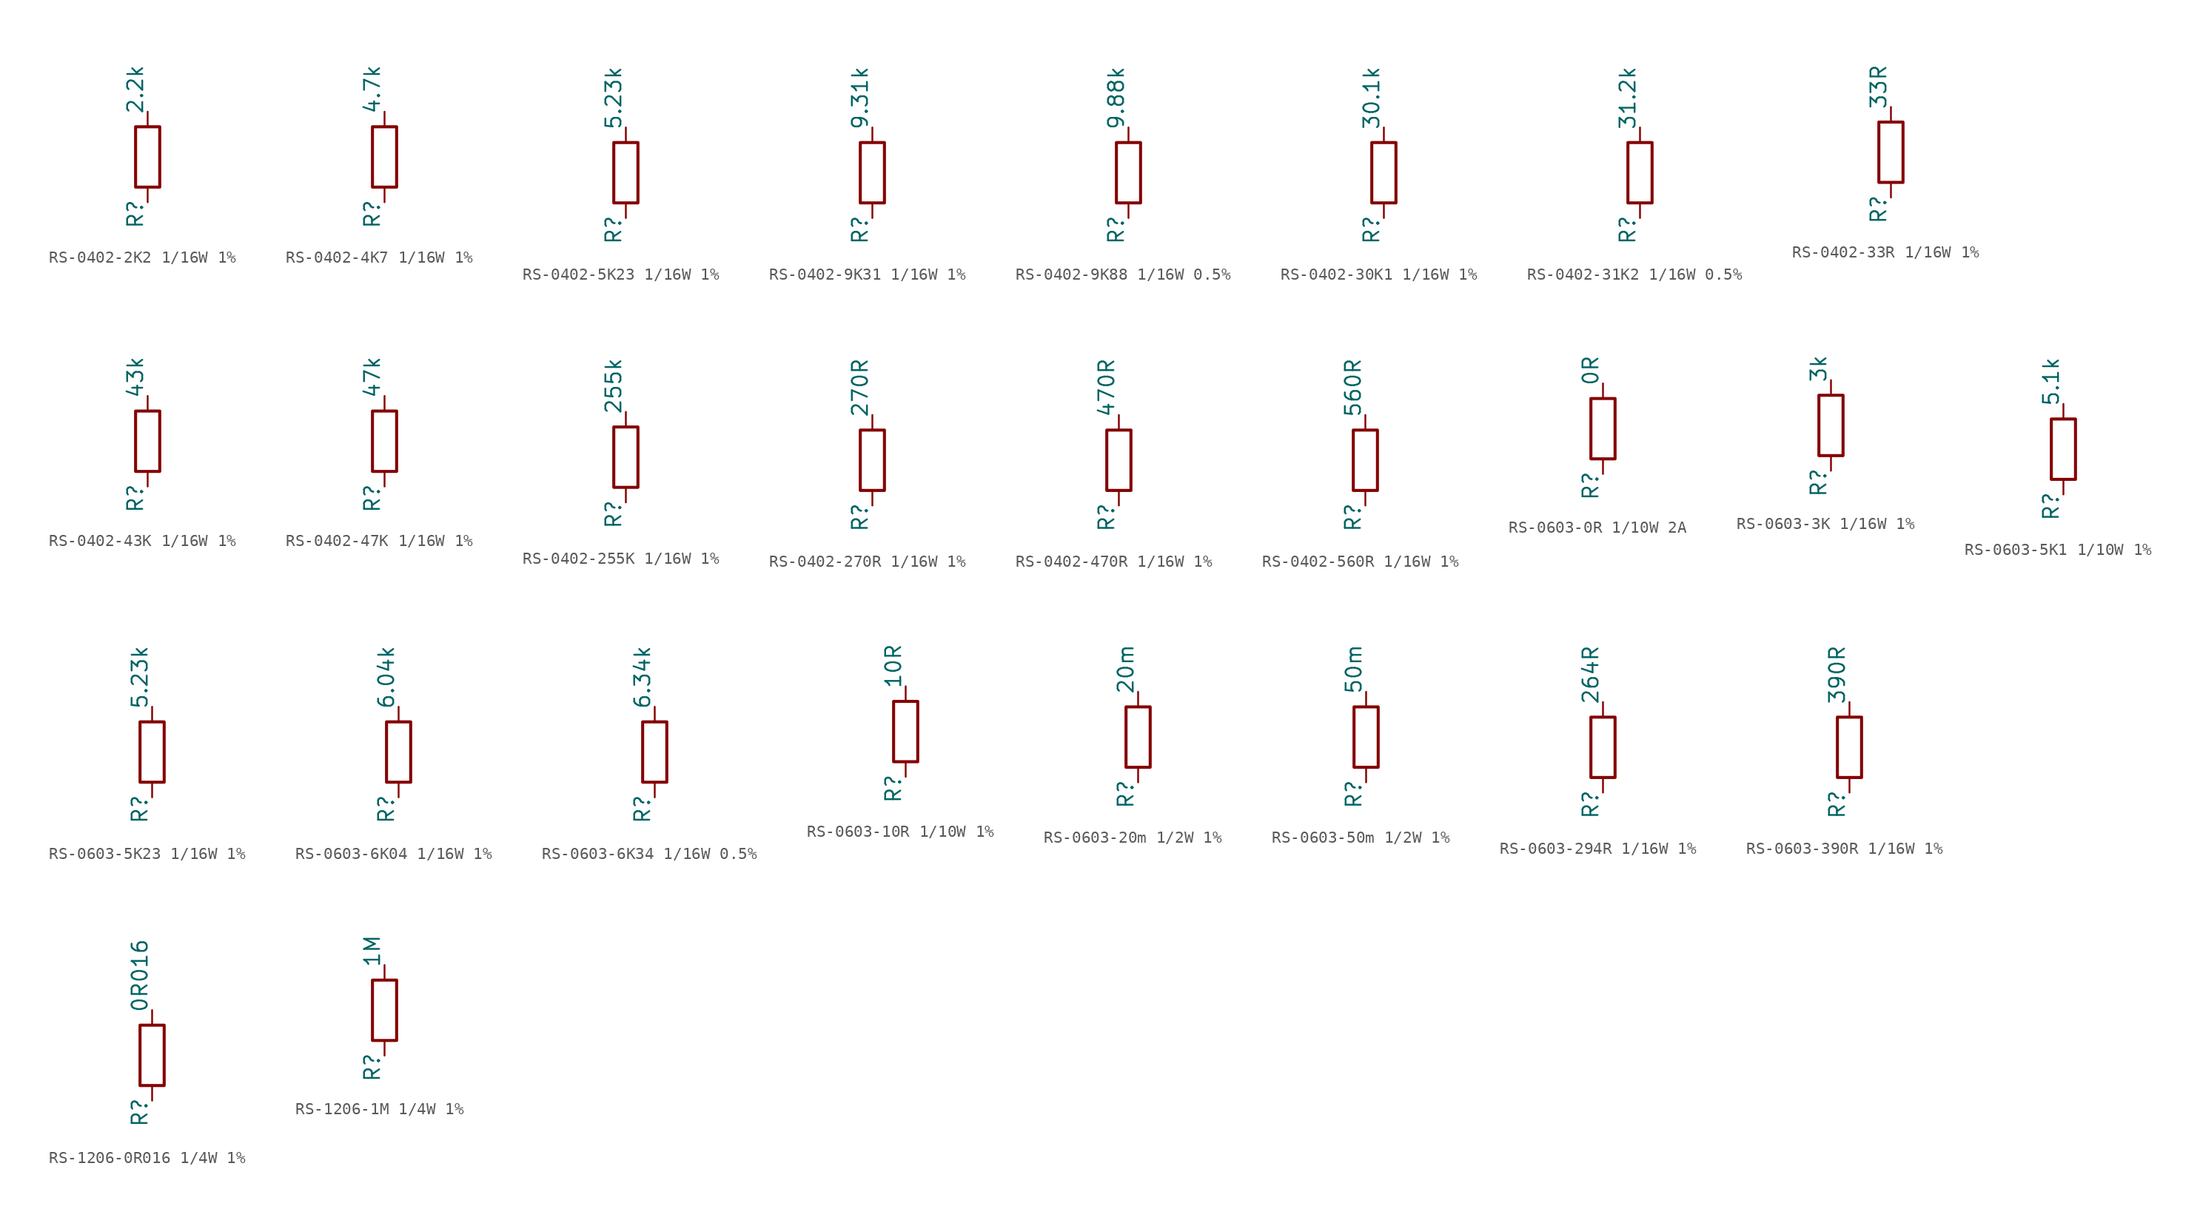
<source format=kicad_sym>
(kicad_symbol_lib
  (version 20241209)
  (generator "kicad_symbol_editor")
  (generator_version "9.0")
  (symbol "RS-0402-2K2 1/16W 1%"
    (pin_numbers
      (hide yes))
    (pin_names
      (hide yes))
    (property "Reference" "R"
      (at -1.778 -6.096 90)
      (effects (font (size 1.27 1.27)) (justify left top)))
    (property "Value" "2.2k"
      (at -1.778 3.556 90)
      (effects (font (size 1.27 1.27)) (justify left top)))
    (symbol "RS-0402-2K2 1/16W 1%_0_1"
      (rectangle (start -1.016 -2.54) (end 1.016 2.54) (stroke (width 0.254) (type default)) (fill (type none))))
    (symbol "RS-0402-2K2 1/16W 1%_1_1"
      (pin passive line (at 0 3.81 270) (length 1.27) (name "~" (effects (font (size 1.27 1.27)))) (number "1" (effects (font (size 1.27 1.27)))))
      (pin passive line (at 0 -3.81 90) (length 1.27) (name "~" (effects (font (size 1.27 1.27)))) (number "2" (effects (font (size 1.27 1.27)))))))
  (symbol "RS-0402-4K7 1/16W 1%"
    (pin_numbers
      (hide yes))
    (pin_names
      (hide yes))
    (property "Reference" "R"
      (at -1.778 -6.096 90)
      (effects (font (size 1.27 1.27)) (justify left top)))
    (property "Value" "4.7k"
      (at -1.778 3.556 90)
      (effects (font (size 1.27 1.27)) (justify left top)))
    (symbol "RS-0402-4K7 1/16W 1%_0_1"
      (rectangle (start -1.016 -2.54) (end 1.016 2.54) (stroke (width 0.254) (type default)) (fill (type none))))
    (symbol "RS-0402-4K7 1/16W 1%_1_1"
      (pin passive line (at 0 3.81 270) (length 1.27) (name "~" (effects (font (size 1.27 1.27)))) (number "1" (effects (font (size 1.27 1.27)))))
      (pin passive line (at 0 -3.81 90) (length 1.27) (name "~" (effects (font (size 1.27 1.27)))) (number "2" (effects (font (size 1.27 1.27)))))))
  (symbol "RS-0402-5K23 1/16W 1%"
    (pin_numbers
      (hide yes))
    (pin_names
      (hide yes))
    (property "Reference" "R"
      (at -1.778 -6.096 90)
      (effects (font (size 1.27 1.27)) (justify left top)))
    (property "Value" "5.23k"
      (at -1.778 3.556 90)
      (effects (font (size 1.27 1.27)) (justify left top)))
    (symbol "RS-0402-5K23 1/16W 1%_0_1"
      (rectangle (start -1.016 -2.54) (end 1.016 2.54) (stroke (width 0.254) (type default)) (fill (type none))))
    (symbol "RS-0402-5K23 1/16W 1%_1_1"
      (pin passive line (at 0 3.81 270) (length 1.27) (name "~" (effects (font (size 1.27 1.27)))) (number "1" (effects (font (size 1.27 1.27)))))
      (pin passive line (at 0 -3.81 90) (length 1.27) (name "~" (effects (font (size 1.27 1.27)))) (number "2" (effects (font (size 1.27 1.27)))))))
  (symbol "RS-0402-9K31 1/16W 1%"
    (pin_numbers
      (hide yes))
    (pin_names
      (hide yes))
    (property "Reference" "R"
      (at -1.778 -6.096 90)
      (effects (font (size 1.27 1.27)) (justify left top)))
    (property "Value" "9.31k"
      (at -1.778 3.556 90)
      (effects (font (size 1.27 1.27)) (justify left top)))
    (symbol "RS-0402-9K31 1/16W 1%_0_1"
      (rectangle (start -1.016 -2.54) (end 1.016 2.54) (stroke (width 0.254) (type default)) (fill (type none))))
    (symbol "RS-0402-9K31 1/16W 1%_1_1"
      (pin passive line (at 0 3.81 270) (length 1.27) (name "~" (effects (font (size 1.27 1.27)))) (number "1" (effects (font (size 1.27 1.27)))))
      (pin passive line (at 0 -3.81 90) (length 1.27) (name "~" (effects (font (size 1.27 1.27)))) (number "2" (effects (font (size 1.27 1.27)))))))
  (symbol "RS-0402-9K88 1/16W 0.5%"
    (pin_numbers
      (hide yes))
    (pin_names
      (hide yes))
    (property "Reference" "R"
      (at -1.778 -6.096 90)
      (effects (font (size 1.27 1.27)) (justify left top)))
    (property "Value" "9.88k"
      (at -1.778 3.556 90)
      (effects (font (size 1.27 1.27)) (justify left top)))
    (symbol "RS-0402-9K88 1/16W 0.5%_0_1"
      (rectangle (start -1.016 -2.54) (end 1.016 2.54) (stroke (width 0.254) (type default)) (fill (type none))))
    (symbol "RS-0402-9K88 1/16W 0.5%_1_1"
      (pin passive line (at 0 3.81 270) (length 1.27) (name "~" (effects (font (size 1.27 1.27)))) (number "1" (effects (font (size 1.27 1.27)))))
      (pin passive line (at 0 -3.81 90) (length 1.27) (name "~" (effects (font (size 1.27 1.27)))) (number "2" (effects (font (size 1.27 1.27)))))))
  (symbol "RS-0402-30K1 1/16W 1%"
    (pin_numbers
      (hide yes))
    (pin_names
      (hide yes))
    (property "Reference" "R"
      (at -1.778 -6.096 90)
      (effects (font (size 1.27 1.27)) (justify left top)))
    (property "Value" "30.1k"
      (at -1.778 3.556 90)
      (effects (font (size 1.27 1.27)) (justify left top)))
    (symbol "RS-0402-30K1 1/16W 1%_0_1"
      (rectangle (start -1.016 -2.54) (end 1.016 2.54) (stroke (width 0.254) (type default)) (fill (type none))))
    (symbol "RS-0402-30K1 1/16W 1%_1_1"
      (pin passive line (at 0 3.81 270) (length 1.27) (name "~" (effects (font (size 1.27 1.27)))) (number "1" (effects (font (size 1.27 1.27)))))
      (pin passive line (at 0 -3.81 90) (length 1.27) (name "~" (effects (font (size 1.27 1.27)))) (number "2" (effects (font (size 1.27 1.27)))))))
  (symbol "RS-0402-31K2 1/16W 0.5%"
    (pin_numbers
      (hide yes))
    (pin_names
      (hide yes))
    (property "Reference" "R"
      (at -1.778 -6.096 90)
      (effects (font (size 1.27 1.27)) (justify left top)))
    (property "Value" "31.2k"
      (at -1.778 3.556 90)
      (effects (font (size 1.27 1.27)) (justify left top)))
    (symbol "RS-0402-31K2 1/16W 0.5%_0_1"
      (rectangle (start -1.016 -2.54) (end 1.016 2.54) (stroke (width 0.254) (type default)) (fill (type none))))
    (symbol "RS-0402-31K2 1/16W 0.5%_1_1"
      (pin passive line (at 0 3.81 270) (length 1.27) (name "~" (effects (font (size 1.27 1.27)))) (number "1" (effects (font (size 1.27 1.27)))))
      (pin passive line (at 0 -3.81 90) (length 1.27) (name "~" (effects (font (size 1.27 1.27)))) (number "2" (effects (font (size 1.27 1.27)))))))
  (symbol "RS-0402-33R 1/16W 1%"
    (pin_numbers
      (hide yes))
    (pin_names
      (hide yes))
    (property "Reference" "R"
      (at -1.778 -6.096 90)
      (effects (font (size 1.27 1.27)) (justify left top)))
    (property "Value" "33R"
      (at -1.778 3.556 90)
      (effects (font (size 1.27 1.27)) (justify left top)))
    (symbol "RS-0402-33R 1/16W 1%_0_1"
      (rectangle (start -1.016 -2.54) (end 1.016 2.54) (stroke (width 0.254) (type default)) (fill (type none))))
    (symbol "RS-0402-33R 1/16W 1%_1_1"
      (pin passive line (at 0 3.81 270) (length 1.27) (name "~" (effects (font (size 1.27 1.27)))) (number "1" (effects (font (size 1.27 1.27)))))
      (pin passive line (at 0 -3.81 90) (length 1.27) (name "~" (effects (font (size 1.27 1.27)))) (number "2" (effects (font (size 1.27 1.27)))))))
  (symbol "RS-0402-43K 1/16W 1%"
    (pin_numbers
      (hide yes))
    (pin_names
      (hide yes))
    (property "Reference" "R"
      (at -1.778 -6.096 90)
      (effects (font (size 1.27 1.27)) (justify left top)))
    (property "Value" "43k"
      (at -1.778 3.556 90)
      (effects (font (size 1.27 1.27)) (justify left top)))
    (symbol "RS-0402-43K 1/16W 1%_0_1"
      (rectangle (start -1.016 -2.54) (end 1.016 2.54) (stroke (width 0.254) (type default)) (fill (type none))))
    (symbol "RS-0402-43K 1/16W 1%_1_1"
      (pin passive line (at 0 3.81 270) (length 1.27) (name "~" (effects (font (size 1.27 1.27)))) (number "1" (effects (font (size 1.27 1.27)))))
      (pin passive line (at 0 -3.81 90) (length 1.27) (name "~" (effects (font (size 1.27 1.27)))) (number "2" (effects (font (size 1.27 1.27)))))))
  (symbol "RS-0402-47K 1/16W 1%"
    (pin_numbers
      (hide yes))
    (pin_names
      (hide yes))
    (property "Reference" "R"
      (at -1.778 -6.096 90)
      (effects (font (size 1.27 1.27)) (justify left top)))
    (property "Value" "47k"
      (at -1.778 3.556 90)
      (effects (font (size 1.27 1.27)) (justify left top)))
    (symbol "RS-0402-47K 1/16W 1%_0_1"
      (rectangle (start -1.016 -2.54) (end 1.016 2.54) (stroke (width 0.254) (type default)) (fill (type none))))
    (symbol "RS-0402-47K 1/16W 1%_1_1"
      (pin passive line (at 0 3.81 270) (length 1.27) (name "~" (effects (font (size 1.27 1.27)))) (number "1" (effects (font (size 1.27 1.27)))))
      (pin passive line (at 0 -3.81 90) (length 1.27) (name "~" (effects (font (size 1.27 1.27)))) (number "2" (effects (font (size 1.27 1.27)))))))
  (symbol "RS-0402-255K 1/16W 1%"
    (pin_numbers
      (hide yes))
    (pin_names
      (hide yes))
    (property "Reference" "R"
      (at -1.778 -6.096 90)
      (effects (font (size 1.27 1.27)) (justify left top)))
    (property "Value" "255k"
      (at -1.778 3.556 90)
      (effects (font (size 1.27 1.27)) (justify left top)))
    (symbol "RS-0402-255K 1/16W 1%_0_1"
      (rectangle (start -1.016 -2.54) (end 1.016 2.54) (stroke (width 0.254) (type default)) (fill (type none))))
    (symbol "RS-0402-255K 1/16W 1%_1_1"
      (pin passive line (at 0 3.81 270) (length 1.27) (name "~" (effects (font (size 1.27 1.27)))) (number "1" (effects (font (size 1.27 1.27)))))
      (pin passive line (at 0 -3.81 90) (length 1.27) (name "~" (effects (font (size 1.27 1.27)))) (number "2" (effects (font (size 1.27 1.27)))))))
  (symbol "RS-0402-270R 1/16W 1%"
    (pin_numbers
      (hide yes))
    (pin_names
      (hide yes))
    (property "Reference" "R"
      (at -1.778 -6.096 90)
      (effects (font (size 1.27 1.27)) (justify left top)))
    (property "Value" "270R"
      (at -1.778 3.556 90)
      (effects (font (size 1.27 1.27)) (justify left top)))
    (symbol "RS-0402-270R 1/16W 1%_0_1"
      (rectangle (start -1.016 -2.54) (end 1.016 2.54) (stroke (width 0.254) (type default)) (fill (type none))))
    (symbol "RS-0402-270R 1/16W 1%_1_1"
      (pin passive line (at 0 3.81 270) (length 1.27) (name "~" (effects (font (size 1.27 1.27)))) (number "1" (effects (font (size 1.27 1.27)))))
      (pin passive line (at 0 -3.81 90) (length 1.27) (name "~" (effects (font (size 1.27 1.27)))) (number "2" (effects (font (size 1.27 1.27)))))))
  (symbol "RS-0402-470R 1/16W 1%"
    (pin_numbers
      (hide yes))
    (pin_names
      (hide yes))
    (property "Reference" "R"
      (at -1.778 -6.096 90)
      (effects (font (size 1.27 1.27)) (justify left top)))
    (property "Value" "470R"
      (at -1.778 3.556 90)
      (effects (font (size 1.27 1.27)) (justify left top)))
    (symbol "RS-0402-470R 1/16W 1%_0_1"
      (rectangle (start -1.016 -2.54) (end 1.016 2.54) (stroke (width 0.254) (type default)) (fill (type none))))
    (symbol "RS-0402-470R 1/16W 1%_1_1"
      (pin passive line (at 0 3.81 270) (length 1.27) (name "~" (effects (font (size 1.27 1.27)))) (number "1" (effects (font (size 1.27 1.27)))))
      (pin passive line (at 0 -3.81 90) (length 1.27) (name "~" (effects (font (size 1.27 1.27)))) (number "2" (effects (font (size 1.27 1.27)))))))
  (symbol "RS-0402-560R 1/16W 1%"
    (pin_numbers
      (hide yes))
    (pin_names
      (hide yes))
    (property "Reference" "R"
      (at -1.778 -6.096 90)
      (effects (font (size 1.27 1.27)) (justify left top)))
    (property "Value" "560R"
      (at -1.778 3.556 90)
      (effects (font (size 1.27 1.27)) (justify left top)))
    (symbol "RS-0402-560R 1/16W 1%_0_1"
      (rectangle (start -1.016 -2.54) (end 1.016 2.54) (stroke (width 0.254) (type default)) (fill (type none))))
    (symbol "RS-0402-560R 1/16W 1%_1_1"
      (pin passive line (at 0 3.81 270) (length 1.27) (name "~" (effects (font (size 1.27 1.27)))) (number "1" (effects (font (size 1.27 1.27)))))
      (pin passive line (at 0 -3.81 90) (length 1.27) (name "~" (effects (font (size 1.27 1.27)))) (number "2" (effects (font (size 1.27 1.27)))))))
  (symbol "RS-0603-0R 1/10W 2A"
    (pin_numbers
      (hide yes))
    (pin_names
      (hide yes))
    (property "Reference" "R"
      (at -1.778 -6.096 90)
      (effects (font (size 1.27 1.27)) (justify left top)))
    (property "Value" "0R"
      (at -1.778 3.556 90)
      (effects (font (size 1.27 1.27)) (justify left top)))
    (symbol "RS-0603-0R 1/10W 2A_0_1"
      (rectangle (start -1.016 -2.54) (end 1.016 2.54) (stroke (width 0.254) (type default)) (fill (type none))))
    (symbol "RS-0603-0R 1/10W 2A_1_1"
      (pin passive line (at 0 3.81 270) (length 1.27) (name "~" (effects (font (size 1.27 1.27)))) (number "1" (effects (font (size 1.27 1.27)))))
      (pin passive line (at 0 -3.81 90) (length 1.27) (name "~" (effects (font (size 1.27 1.27)))) (number "2" (effects (font (size 1.27 1.27)))))))
  (symbol "RS-0603-3K 1/16W 1%"
    (pin_numbers
      (hide yes))
    (pin_names
      (hide yes))
    (property "Reference" "R"
      (at -1.778 -6.096 90)
      (effects (font (size 1.27 1.27)) (justify left top)))
    (property "Value" "3k"
      (at -1.778 3.556 90)
      (effects (font (size 1.27 1.27)) (justify left top)))
    (symbol "RS-0603-3K 1/16W 1%_0_1"
      (rectangle (start -1.016 -2.54) (end 1.016 2.54) (stroke (width 0.254) (type default)) (fill (type none))))
    (symbol "RS-0603-3K 1/16W 1%_1_1"
      (pin passive line (at 0 3.81 270) (length 1.27) (name "~" (effects (font (size 1.27 1.27)))) (number "1" (effects (font (size 1.27 1.27)))))
      (pin passive line (at 0 -3.81 90) (length 1.27) (name "~" (effects (font (size 1.27 1.27)))) (number "2" (effects (font (size 1.27 1.27)))))))
  (symbol "RS-0603-5K1 1/10W 1%"
    (pin_numbers
      (hide yes))
    (pin_names
      (hide yes))
    (property "Reference" "R"
      (at -1.778 -6.096 90)
      (effects (font (size 1.27 1.27)) (justify left top)))
    (property "Value" "5.1k"
      (at -1.778 3.556 90)
      (effects (font (size 1.27 1.27)) (justify left top)))
    (symbol "RS-0603-5K1 1/10W 1%_0_1"
      (rectangle (start -1.016 -2.54) (end 1.016 2.54) (stroke (width 0.254) (type default)) (fill (type none))))
    (symbol "RS-0603-5K1 1/10W 1%_1_1"
      (pin passive line (at 0 3.81 270) (length 1.27) (name "~" (effects (font (size 1.27 1.27)))) (number "1" (effects (font (size 1.27 1.27)))))
      (pin passive line (at 0 -3.81 90) (length 1.27) (name "~" (effects (font (size 1.27 1.27)))) (number "2" (effects (font (size 1.27 1.27)))))))
  (symbol "RS-0603-5K23 1/16W 1%"
    (pin_numbers
      (hide yes))
    (pin_names
      (hide yes))
    (property "Reference" "R"
      (at -1.778 -6.096 90)
      (effects (font (size 1.27 1.27)) (justify left top)))
    (property "Value" "5.23k"
      (at -1.778 3.556 90)
      (effects (font (size 1.27 1.27)) (justify left top)))
    (symbol "RS-0603-5K23 1/16W 1%_0_1"
      (rectangle (start -1.016 -2.54) (end 1.016 2.54) (stroke (width 0.254) (type default)) (fill (type none))))
    (symbol "RS-0603-5K23 1/16W 1%_1_1"
      (pin passive line (at 0 3.81 270) (length 1.27) (name "~" (effects (font (size 1.27 1.27)))) (number "1" (effects (font (size 1.27 1.27)))))
      (pin passive line (at 0 -3.81 90) (length 1.27) (name "~" (effects (font (size 1.27 1.27)))) (number "2" (effects (font (size 1.27 1.27)))))))
  (symbol "RS-0603-6K04 1/16W 1%"
    (pin_numbers
      (hide yes))
    (pin_names
      (hide yes))
    (property "Reference" "R"
      (at -1.778 -6.096 90)
      (effects (font (size 1.27 1.27)) (justify left top)))
    (property "Value" "6.04k"
      (at -1.778 3.556 90)
      (effects (font (size 1.27 1.27)) (justify left top)))
    (symbol "RS-0603-6K04 1/16W 1%_0_1"
      (rectangle (start -1.016 -2.54) (end 1.016 2.54) (stroke (width 0.254) (type default)) (fill (type none))))
    (symbol "RS-0603-6K04 1/16W 1%_1_1"
      (pin passive line (at 0 3.81 270) (length 1.27) (name "~" (effects (font (size 1.27 1.27)))) (number "1" (effects (font (size 1.27 1.27)))))
      (pin passive line (at 0 -3.81 90) (length 1.27) (name "~" (effects (font (size 1.27 1.27)))) (number "2" (effects (font (size 1.27 1.27)))))))
  (symbol "RS-0603-6K34 1/16W 0.5%"
    (pin_numbers
      (hide yes))
    (pin_names
      (hide yes))
    (property "Reference" "R"
      (at -1.778 -6.096 90)
      (effects (font (size 1.27 1.27)) (justify left top)))
    (property "Value" "6.34k"
      (at -1.778 3.556 90)
      (effects (font (size 1.27 1.27)) (justify left top)))
    (symbol "RS-0603-6K34 1/16W 0.5%_0_1"
      (rectangle (start -1.016 -2.54) (end 1.016 2.54) (stroke (width 0.254) (type default)) (fill (type none))))
    (symbol "RS-0603-6K34 1/16W 0.5%_1_1"
      (pin passive line (at 0 3.81 270) (length 1.27) (name "~" (effects (font (size 1.27 1.27)))) (number "1" (effects (font (size 1.27 1.27)))))
      (pin passive line (at 0 -3.81 90) (length 1.27) (name "~" (effects (font (size 1.27 1.27)))) (number "2" (effects (font (size 1.27 1.27)))))))
  (symbol "RS-0603-10R 1/10W 1%"
    (pin_numbers
      (hide yes))
    (pin_names
      (hide yes))
    (property "Reference" "R"
      (at -1.778 -6.096 90)
      (effects (font (size 1.27 1.27)) (justify left top)))
    (property "Value" "10R"
      (at -1.778 3.556 90)
      (effects (font (size 1.27 1.27)) (justify left top)))
    (symbol "RS-0603-10R 1/10W 1%_0_1"
      (rectangle (start -1.016 -2.54) (end 1.016 2.54) (stroke (width 0.254) (type default)) (fill (type none))))
    (symbol "RS-0603-10R 1/10W 1%_1_1"
      (pin passive line (at 0 3.81 270) (length 1.27) (name "~" (effects (font (size 1.27 1.27)))) (number "1" (effects (font (size 1.27 1.27)))))
      (pin passive line (at 0 -3.81 90) (length 1.27) (name "~" (effects (font (size 1.27 1.27)))) (number "2" (effects (font (size 1.27 1.27)))))))
  (symbol "RS-0603-20m 1/2W 1%"
    (pin_numbers
      (hide yes))
    (pin_names
      (hide yes))
    (property "Reference" "R"
      (at -1.778 -6.096 90)
      (effects (font (size 1.27 1.27)) (justify left top)))
    (property "Value" "20m"
      (at -1.778 3.556 90)
      (effects (font (size 1.27 1.27)) (justify left top)))
    (symbol "RS-0603-20m 1/2W 1%_0_1"
      (rectangle (start -1.016 -2.54) (end 1.016 2.54) (stroke (width 0.254) (type default)) (fill (type none))))
    (symbol "RS-0603-20m 1/2W 1%_1_1"
      (pin passive line (at 0 3.81 270) (length 1.27) (name "~" (effects (font (size 1.27 1.27)))) (number "1" (effects (font (size 1.27 1.27)))))
      (pin passive line (at 0 -3.81 90) (length 1.27) (name "~" (effects (font (size 1.27 1.27)))) (number "2" (effects (font (size 1.27 1.27)))))))
  (symbol "RS-0603-50m 1/2W 1%"
    (pin_numbers
      (hide yes))
    (pin_names
      (hide yes))
    (property "Reference" "R"
      (at -1.778 -6.096 90)
      (effects (font (size 1.27 1.27)) (justify left top)))
    (property "Value" "50m"
      (at -1.778 3.556 90)
      (effects (font (size 1.27 1.27)) (justify left top)))
    (symbol "RS-0603-50m 1/2W 1%_0_1"
      (rectangle (start -1.016 -2.54) (end 1.016 2.54) (stroke (width 0.254) (type default)) (fill (type none))))
    (symbol "RS-0603-50m 1/2W 1%_1_1"
      (pin passive line (at 0 3.81 270) (length 1.27) (name "~" (effects (font (size 1.27 1.27)))) (number "1" (effects (font (size 1.27 1.27)))))
      (pin passive line (at 0 -3.81 90) (length 1.27) (name "~" (effects (font (size 1.27 1.27)))) (number "2" (effects (font (size 1.27 1.27)))))))
  (symbol "RS-0603-294R 1/16W 1%"
    (pin_numbers
      (hide yes))
    (pin_names
      (hide yes))
    (property "Reference" "R"
      (at -1.778 -6.096 90)
      (effects (font (size 1.27 1.27)) (justify left top)))
    (property "Value" "264R"
      (at -1.778 3.556 90)
      (effects (font (size 1.27 1.27)) (justify left top)))
    (symbol "RS-0603-294R 1/16W 1%_0_1"
      (rectangle (start -1.016 -2.54) (end 1.016 2.54) (stroke (width 0.254) (type default)) (fill (type none))))
    (symbol "RS-0603-294R 1/16W 1%_1_1"
      (pin passive line (at 0 3.81 270) (length 1.27) (name "~" (effects (font (size 1.27 1.27)))) (number "1" (effects (font (size 1.27 1.27)))))
      (pin passive line (at 0 -3.81 90) (length 1.27) (name "~" (effects (font (size 1.27 1.27)))) (number "2" (effects (font (size 1.27 1.27)))))))
  (symbol "RS-0603-390R 1/16W 1%"
    (pin_numbers
      (hide yes))
    (pin_names
      (hide yes))
    (property "Reference" "R"
      (at -1.778 -6.096 90)
      (effects (font (size 1.27 1.27)) (justify left top)))
    (property "Value" "390R"
      (at -1.778 3.556 90)
      (effects (font (size 1.27 1.27)) (justify left top)))
    (symbol "RS-0603-390R 1/16W 1%_0_1"
      (rectangle (start -1.016 -2.54) (end 1.016 2.54) (stroke (width 0.254) (type default)) (fill (type none))))
    (symbol "RS-0603-390R 1/16W 1%_1_1"
      (pin passive line (at 0 3.81 270) (length 1.27) (name "~" (effects (font (size 1.27 1.27)))) (number "1" (effects (font (size 1.27 1.27)))))
      (pin passive line (at 0 -3.81 90) (length 1.27) (name "~" (effects (font (size 1.27 1.27)))) (number "2" (effects (font (size 1.27 1.27)))))))
  (symbol "RS-1206-0R016 1/4W 1%"
    (pin_numbers
      (hide yes))
    (pin_names
      (hide yes))
    (property "Reference" "R"
      (at -1.778 -6.096 90)
      (effects (font (size 1.27 1.27)) (justify left top)))
    (property "Value" "0R016"
      (at -1.778 3.556 90)
      (effects (font (size 1.27 1.27)) (justify left top)))
    (symbol "RS-1206-0R016 1/4W 1%_0_1"
      (rectangle (start -1.016 -2.54) (end 1.016 2.54) (stroke (width 0.254) (type default)) (fill (type none))))
    (symbol "RS-1206-0R016 1/4W 1%_1_1"
      (pin passive line (at 0 3.81 270) (length 1.27) (name "~" (effects (font (size 1.27 1.27)))) (number "1" (effects (font (size 1.27 1.27)))))
      (pin passive line (at 0 -3.81 90) (length 1.27) (name "~" (effects (font (size 1.27 1.27)))) (number "2" (effects (font (size 1.27 1.27)))))))
  (symbol "RS-1206-1M 1/4W 1%"
    (pin_numbers
      (hide yes))
    (pin_names
      (hide yes))
    (property "Reference" "R"
      (at -1.778 -6.096 90)
      (effects (font (size 1.27 1.27)) (justify left top)))
    (property "Value" "1M"
      (at -1.778 3.556 90)
      (effects (font (size 1.27 1.27)) (justify left top)))
    (symbol "RS-1206-1M 1/4W 1%_0_1"
      (rectangle (start -1.016 -2.54) (end 1.016 2.54) (stroke (width 0.254) (type default)) (fill (type none))))
    (symbol "RS-1206-1M 1/4W 1%_1_1"
      (pin passive line (at 0 3.81 270) (length 1.27) (name "~" (effects (font (size 1.27 1.27)))) (number "1" (effects (font (size 1.27 1.27)))))
      (pin passive line (at 0 -3.81 90) (length 1.27) (name "~" (effects (font (size 1.27 1.27)))) (number "2" (effects (font (size 1.27 1.27))))))))
</source>
